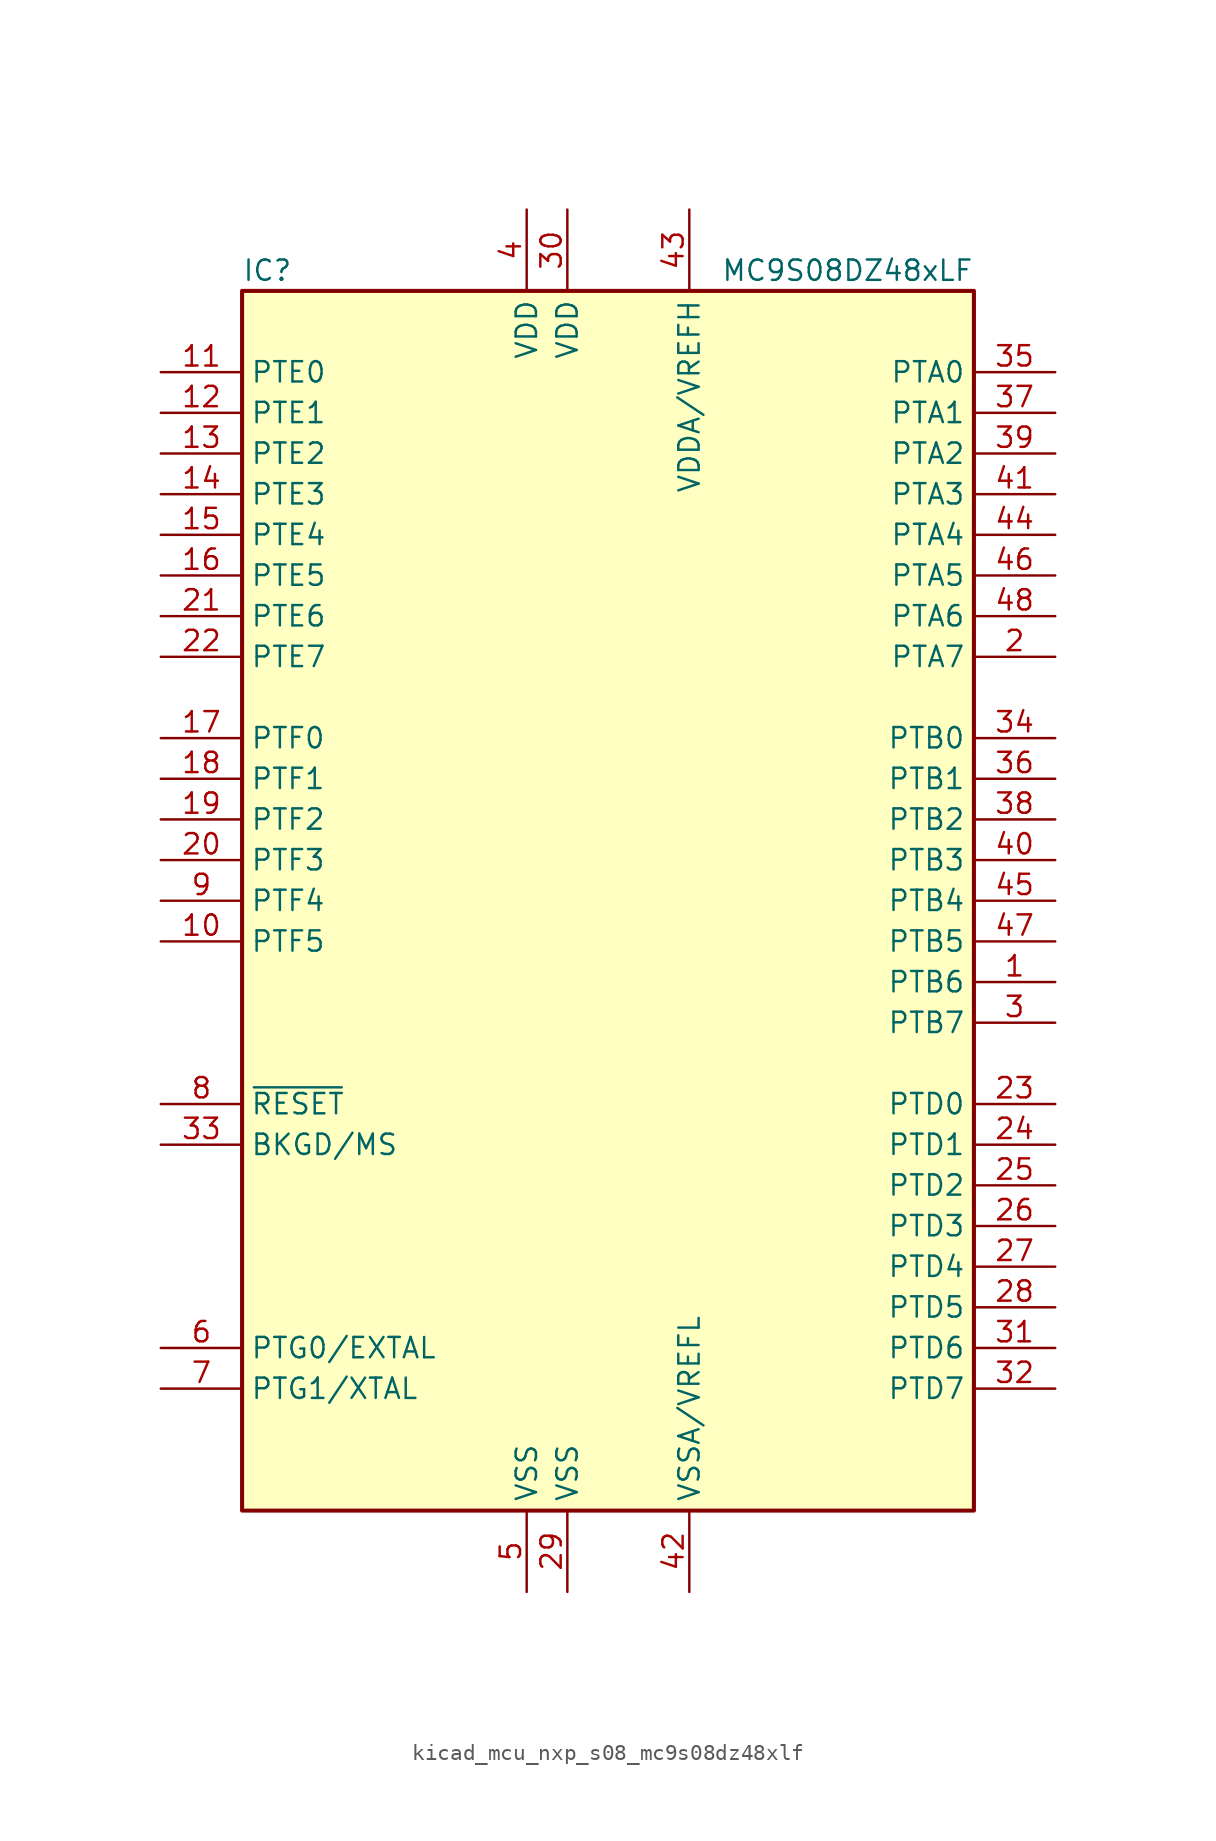
<source format=kicad_sym>
(kicad_symbol_lib
  (version 20220914)
  (generator kicad_symbol_editor)
  (symbol "kicad_mcu_nxp_s08_mc9s08dz48xlf"
    (property "Reference" "IC"
      (at -22.86 39.37 0)
      (effects (font (size 1.27 1.27)) (justify left)))
    (property "Value" "MC9S08DZ48xLF"
      (at 22.86 39.37 0)
      (effects (font (size 1.27 1.27)) (justify right)))
    (symbol "kicad_mcu_nxp_s08_mc9s08dz48xlf_0_1"
      (rectangle (start -22.86 38.1) (end 22.86 -38.1) (stroke (width 0.254) (type default)) (fill (type background))))
    (symbol "kicad_mcu_nxp_s08_mc9s08dz48xlf_1_1"
      (pin bidirectional line (at 27.94 -5.08 180) (length 5.08) (name "PTB6" (effects (font (size 1.27 1.27)))) (number "1" (effects (font (size 1.27 1.27)))))
      (pin bidirectional line (at -27.94 -2.54 0) (length 5.08) (name "PTF5" (effects (font (size 1.27 1.27)))) (number "10" (effects (font (size 1.27 1.27)))))
      (pin bidirectional line (at -27.94 33.02 0) (length 5.08) (name "PTE0" (effects (font (size 1.27 1.27)))) (number "11" (effects (font (size 1.27 1.27)))))
      (pin bidirectional line (at -27.94 30.48 0) (length 5.08) (name "PTE1" (effects (font (size 1.27 1.27)))) (number "12" (effects (font (size 1.27 1.27)))))
      (pin bidirectional line (at -27.94 27.94 0) (length 5.08) (name "PTE2" (effects (font (size 1.27 1.27)))) (number "13" (effects (font (size 1.27 1.27)))))
      (pin bidirectional line (at -27.94 25.4 0) (length 5.08) (name "PTE3" (effects (font (size 1.27 1.27)))) (number "14" (effects (font (size 1.27 1.27)))))
      (pin bidirectional line (at -27.94 22.86 0) (length 5.08) (name "PTE4" (effects (font (size 1.27 1.27)))) (number "15" (effects (font (size 1.27 1.27)))))
      (pin bidirectional line (at -27.94 20.32 0) (length 5.08) (name "PTE5" (effects (font (size 1.27 1.27)))) (number "16" (effects (font (size 1.27 1.27)))))
      (pin bidirectional line (at -27.94 10.16 0) (length 5.08) (name "PTF0" (effects (font (size 1.27 1.27)))) (number "17" (effects (font (size 1.27 1.27)))))
      (pin bidirectional line (at -27.94 7.62 0) (length 5.08) (name "PTF1" (effects (font (size 1.27 1.27)))) (number "18" (effects (font (size 1.27 1.27)))))
      (pin bidirectional line (at -27.94 5.08 0) (length 5.08) (name "PTF2" (effects (font (size 1.27 1.27)))) (number "19" (effects (font (size 1.27 1.27)))))
      (pin bidirectional line (at 27.94 15.24 180) (length 5.08) (name "PTA7" (effects (font (size 1.27 1.27)))) (number "2" (effects (font (size 1.27 1.27)))))
      (pin bidirectional line (at -27.94 2.54 0) (length 5.08) (name "PTF3" (effects (font (size 1.27 1.27)))) (number "20" (effects (font (size 1.27 1.27)))))
      (pin bidirectional line (at -27.94 17.78 0) (length 5.08) (name "PTE6" (effects (font (size 1.27 1.27)))) (number "21" (effects (font (size 1.27 1.27)))))
      (pin bidirectional line (at -27.94 15.24 0) (length 5.08) (name "PTE7" (effects (font (size 1.27 1.27)))) (number "22" (effects (font (size 1.27 1.27)))))
      (pin bidirectional line (at 27.94 -12.7 180) (length 5.08) (name "PTD0" (effects (font (size 1.27 1.27)))) (number "23" (effects (font (size 1.27 1.27)))))
      (pin bidirectional line (at 27.94 -15.24 180) (length 5.08) (name "PTD1" (effects (font (size 1.27 1.27)))) (number "24" (effects (font (size 1.27 1.27)))))
      (pin bidirectional line (at 27.94 -17.78 180) (length 5.08) (name "PTD2" (effects (font (size 1.27 1.27)))) (number "25" (effects (font (size 1.27 1.27)))))
      (pin bidirectional line (at 27.94 -20.32 180) (length 5.08) (name "PTD3" (effects (font (size 1.27 1.27)))) (number "26" (effects (font (size 1.27 1.27)))))
      (pin bidirectional line (at 27.94 -22.86 180) (length 5.08) (name "PTD4" (effects (font (size 1.27 1.27)))) (number "27" (effects (font (size 1.27 1.27)))))
      (pin bidirectional line (at 27.94 -25.4 180) (length 5.08) (name "PTD5" (effects (font (size 1.27 1.27)))) (number "28" (effects (font (size 1.27 1.27)))))
      (pin power_in line (at -2.54 -43.18 90) (length 5.08) (name "VSS" (effects (font (size 1.27 1.27)))) (number "29" (effects (font (size 1.27 1.27)))))
      (pin bidirectional line (at 27.94 -7.62 180) (length 5.08) (name "PTB7" (effects (font (size 1.27 1.27)))) (number "3" (effects (font (size 1.27 1.27)))))
      (pin power_in line (at -2.54 43.18 270) (length 5.08) (name "VDD" (effects (font (size 1.27 1.27)))) (number "30" (effects (font (size 1.27 1.27)))))
      (pin bidirectional line (at 27.94 -27.94 180) (length 5.08) (name "PTD6" (effects (font (size 1.27 1.27)))) (number "31" (effects (font (size 1.27 1.27)))))
      (pin bidirectional line (at 27.94 -30.48 180) (length 5.08) (name "PTD7" (effects (font (size 1.27 1.27)))) (number "32" (effects (font (size 1.27 1.27)))))
      (pin bidirectional line (at -27.94 -15.24 0) (length 5.08) (name "BKGD/MS" (effects (font (size 1.27 1.27)))) (number "33" (effects (font (size 1.27 1.27)))))
      (pin bidirectional line (at 27.94 10.16 180) (length 5.08) (name "PTB0" (effects (font (size 1.27 1.27)))) (number "34" (effects (font (size 1.27 1.27)))))
      (pin bidirectional line (at 27.94 33.02 180) (length 5.08) (name "PTA0" (effects (font (size 1.27 1.27)))) (number "35" (effects (font (size 1.27 1.27)))))
      (pin bidirectional line (at 27.94 7.62 180) (length 5.08) (name "PTB1" (effects (font (size 1.27 1.27)))) (number "36" (effects (font (size 1.27 1.27)))))
      (pin bidirectional line (at 27.94 30.48 180) (length 5.08) (name "PTA1" (effects (font (size 1.27 1.27)))) (number "37" (effects (font (size 1.27 1.27)))))
      (pin bidirectional line (at 27.94 5.08 180) (length 5.08) (name "PTB2" (effects (font (size 1.27 1.27)))) (number "38" (effects (font (size 1.27 1.27)))))
      (pin bidirectional line (at 27.94 27.94 180) (length 5.08) (name "PTA2" (effects (font (size 1.27 1.27)))) (number "39" (effects (font (size 1.27 1.27)))))
      (pin power_in line (at -5.08 43.18 270) (length 5.08) (name "VDD" (effects (font (size 1.27 1.27)))) (number "4" (effects (font (size 1.27 1.27)))))
      (pin bidirectional line (at 27.94 2.54 180) (length 5.08) (name "PTB3" (effects (font (size 1.27 1.27)))) (number "40" (effects (font (size 1.27 1.27)))))
      (pin bidirectional line (at 27.94 25.4 180) (length 5.08) (name "PTA3" (effects (font (size 1.27 1.27)))) (number "41" (effects (font (size 1.27 1.27)))))
      (pin power_in line (at 5.08 -43.18 90) (length 5.08) (name "VSSA/VREFL" (effects (font (size 1.27 1.27)))) (number "42" (effects (font (size 1.27 1.27)))))
      (pin power_in line (at 5.08 43.18 270) (length 5.08) (name "VDDA/VREFH" (effects (font (size 1.27 1.27)))) (number "43" (effects (font (size 1.27 1.27)))))
      (pin bidirectional line (at 27.94 22.86 180) (length 5.08) (name "PTA4" (effects (font (size 1.27 1.27)))) (number "44" (effects (font (size 1.27 1.27)))))
      (pin bidirectional line (at 27.94 0 180) (length 5.08) (name "PTB4" (effects (font (size 1.27 1.27)))) (number "45" (effects (font (size 1.27 1.27)))))
      (pin bidirectional line (at 27.94 20.32 180) (length 5.08) (name "PTA5" (effects (font (size 1.27 1.27)))) (number "46" (effects (font (size 1.27 1.27)))))
      (pin bidirectional line (at 27.94 -2.54 180) (length 5.08) (name "PTB5" (effects (font (size 1.27 1.27)))) (number "47" (effects (font (size 1.27 1.27)))))
      (pin bidirectional line (at 27.94 17.78 180) (length 5.08) (name "PTA6" (effects (font (size 1.27 1.27)))) (number "48" (effects (font (size 1.27 1.27)))))
      (pin power_in line (at -5.08 -43.18 90) (length 5.08) (name "VSS" (effects (font (size 1.27 1.27)))) (number "5" (effects (font (size 1.27 1.27)))))
      (pin bidirectional line (at -27.94 -27.94 0) (length 5.08) (name "PTG0/EXTAL" (effects (font (size 1.27 1.27)))) (number "6" (effects (font (size 1.27 1.27)))))
      (pin bidirectional line (at -27.94 -30.48 0) (length 5.08) (name "PTG1/XTAL" (effects (font (size 1.27 1.27)))) (number "7" (effects (font (size 1.27 1.27)))))
      (pin input line (at -27.94 -12.7 0) (length 5.08) (name "~{RESET}" (effects (font (size 1.27 1.27)))) (number "8" (effects (font (size 1.27 1.27)))))
      (pin bidirectional line (at -27.94 0 0) (length 5.08) (name "PTF4" (effects (font (size 1.27 1.27)))) (number "9" (effects (font (size 1.27 1.27))))))))
</source>
